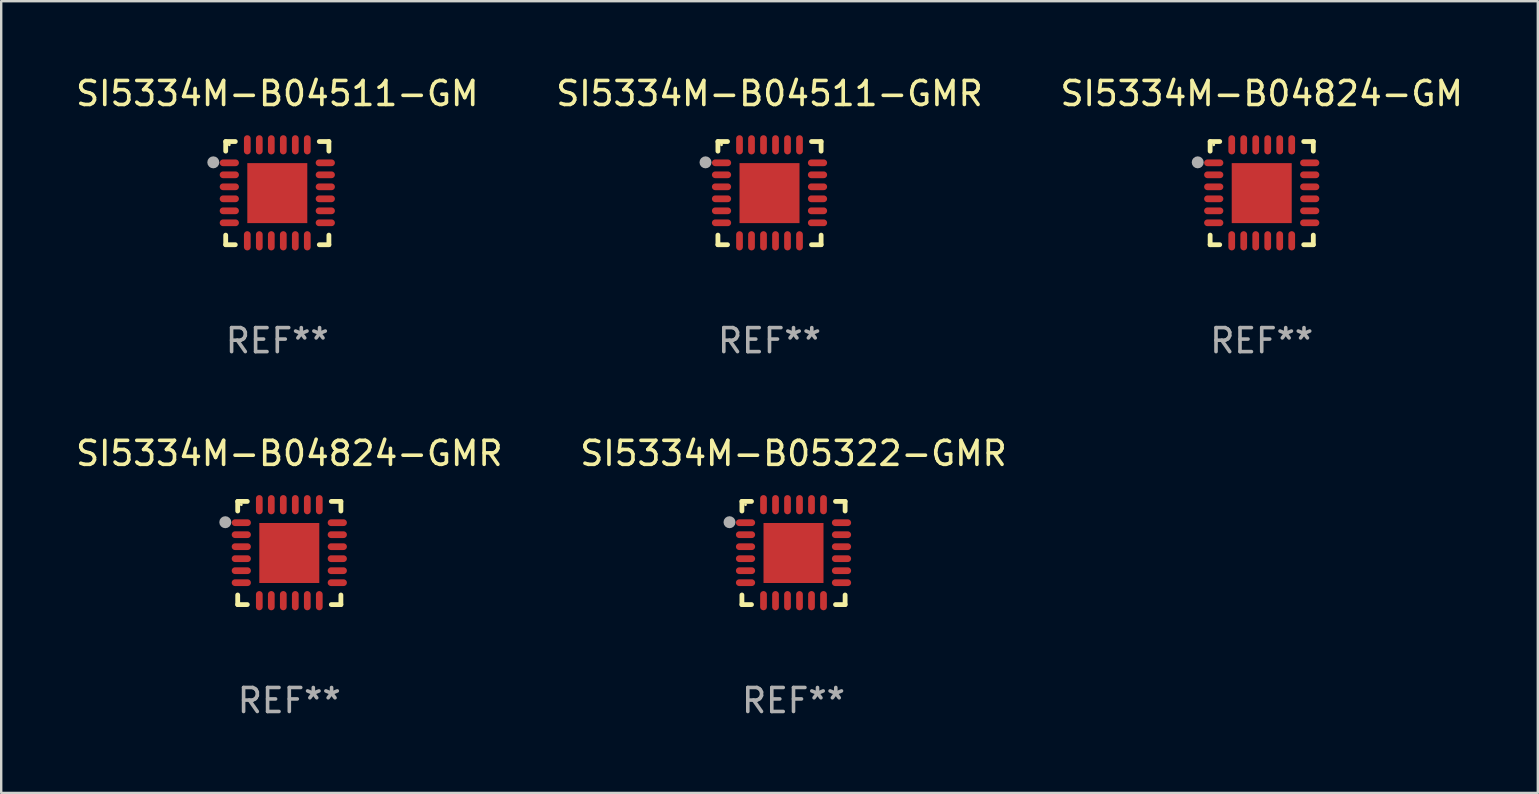
<source format=kicad_pcb>
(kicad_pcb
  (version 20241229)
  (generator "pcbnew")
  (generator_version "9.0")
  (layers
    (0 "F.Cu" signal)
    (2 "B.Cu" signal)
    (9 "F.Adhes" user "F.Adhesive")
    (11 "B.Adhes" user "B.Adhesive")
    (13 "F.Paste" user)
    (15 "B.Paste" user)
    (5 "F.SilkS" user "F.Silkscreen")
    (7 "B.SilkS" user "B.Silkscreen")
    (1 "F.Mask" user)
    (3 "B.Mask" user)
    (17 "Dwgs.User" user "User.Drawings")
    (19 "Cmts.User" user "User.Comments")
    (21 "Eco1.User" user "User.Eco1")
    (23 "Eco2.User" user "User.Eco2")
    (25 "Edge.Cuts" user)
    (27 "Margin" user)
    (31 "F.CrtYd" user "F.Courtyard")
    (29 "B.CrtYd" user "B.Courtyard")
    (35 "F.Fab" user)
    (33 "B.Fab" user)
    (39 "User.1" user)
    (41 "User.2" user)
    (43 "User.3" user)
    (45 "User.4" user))
  (footprint "SI5334M-B04824-GM"
    (layer "F.Cu")
    (at 49.53 4.998)
    (property "Reference" "SI5334M-B04824-GM" (at 0 -4.15 0) (layer "F.SilkS") (effects (font (size 1 1) (thickness 0.15))))
    (attr through_hole)
    (fp_line (start -2.15 -2.15) (end -1.75 -2.15) (stroke (width 0.2) (type solid)) (layer "F.SilkS"))
    (fp_line (start -2.15 -1.75) (end -2.15 -2.15) (stroke (width 0.2) (type solid)) (layer "F.SilkS"))
    (fp_line (start -2.15 2.15) (end -2.15 1.75) (stroke (width 0.2) (type solid)) (layer "F.SilkS"))
    (fp_line (start -1.75 2.15) (end -2.15 2.15) (stroke (width 0.2) (type solid)) (layer "F.SilkS"))
    (fp_line (start 1.75 -2.15) (end 2.15 -2.15) (stroke (width 0.2) (type solid)) (layer "F.SilkS"))
    (fp_line (start 1.75 2.15) (end 2.15 2.15) (stroke (width 0.2) (type solid)) (layer "F.SilkS"))
    (fp_line (start 2.15 -2.15) (end 2.15 -1.75) (stroke (width 0.2) (type solid)) (layer "F.SilkS"))
    (fp_line (start 2.15 2.15) (end 2.15 1.75) (stroke (width 0.2) (type solid)) (layer "F.SilkS"))
    (fp_circle (center -2 -2.013) (end -1.97 -2.013) (stroke (width 0.06) (type solid)) (fill no) (layer "F.SilkS"))
    (fp_circle (center -2.667 -1.283) (end -2.542 -1.283) (stroke (width 0.25) (type solid)) (fill no) (layer "F.Fab"))
    (fp_text user "REF**" (at 0 6.15 0) (layer "F.Fab") (effects (font (size 1 1) (thickness 0.15))))
    (pad "1" smd oval (at -2 -1.263) (size 0.8 0.28) (layers "F.Cu" "F.Mask" "F.Paste"))
    (pad "2" smd oval (at -2 -0.763) (size 0.8 0.28) (layers "F.Cu" "F.Mask" "F.Paste"))
    (pad "3" smd oval (at -2 -0.263) (size 0.8 0.28) (layers "F.Cu" "F.Mask" "F.Paste"))
    (pad "4" smd oval (at -2 0.237) (size 0.8 0.28) (layers "F.Cu" "F.Mask" "F.Paste"))
    (pad "5" smd oval (at -2 0.737) (size 0.8 0.28) (layers "F.Cu" "F.Mask" "F.Paste"))
    (pad "6" smd oval (at -2 1.237) (size 0.8 0.28) (layers "F.Cu" "F.Mask" "F.Paste"))
    (pad "7" smd oval (at -1.25 1.987) (size 0.28 0.8) (layers "F.Cu" "F.Mask" "F.Paste"))
    (pad "8" smd oval (at -0.75 1.987) (size 0.28 0.8) (layers "F.Cu" "F.Mask" "F.Paste"))
    (pad "9" smd oval (at -0.25 1.987) (size 0.28 0.8) (layers "F.Cu" "F.Mask" "F.Paste"))
    (pad "10" smd oval (at 0.25 1.987) (size 0.28 0.8) (layers "F.Cu" "F.Mask" "F.Paste"))
    (pad "11" smd oval (at 0.75 1.987) (size 0.28 0.8) (layers "F.Cu" "F.Mask" "F.Paste"))
    (pad "12" smd oval (at 1.25 1.987) (size 0.28 0.8) (layers "F.Cu" "F.Mask" "F.Paste"))
    (pad "13" smd oval (at 2 1.237) (size 0.8 0.28) (layers "F.Cu" "F.Mask" "F.Paste"))
    (pad "14" smd oval (at 2 0.737) (size 0.8 0.28) (layers "F.Cu" "F.Mask" "F.Paste"))
    (pad "15" smd oval (at 2 0.237) (size 0.8 0.28) (layers "F.Cu" "F.Mask" "F.Paste"))
    (pad "16" smd oval (at 2 -0.263) (size 0.8 0.28) (layers "F.Cu" "F.Mask" "F.Paste"))
    (pad "17" smd oval (at 2 -0.763) (size 0.8 0.28) (layers "F.Cu" "F.Mask" "F.Paste"))
    (pad "18" smd oval (at 2 -1.263) (size 0.8 0.28) (layers "F.Cu" "F.Mask" "F.Paste"))
    (pad "19" smd oval (at 1.25 -2.013) (size 0.28 0.8) (layers "F.Cu" "F.Mask" "F.Paste"))
    (pad "20" smd oval (at 0.75 -2.013) (size 0.28 0.8) (layers "F.Cu" "F.Mask" "F.Paste"))
    (pad "21" smd oval (at 0.25 -2.013) (size 0.28 0.8) (layers "F.Cu" "F.Mask" "F.Paste"))
    (pad "22" smd oval (at -0.25 -2.013) (size 0.28 0.8) (layers "F.Cu" "F.Mask" "F.Paste"))
    (pad "23" smd oval (at -0.75 -2.013) (size 0.28 0.8) (layers "F.Cu" "F.Mask" "F.Paste"))
    (pad "24" smd oval (at -1.25 -2.013) (size 0.28 0.8) (layers "F.Cu" "F.Mask" "F.Paste"))
    (pad "25" smd rect (at -0.000127 -0.00014) (size 2.5 2.5) (layers "F.Cu" "F.Mask" "F.Paste")))
  (footprint "SI5334M-B04511-GMR"
    (layer "F.Cu")
    (at 29.018 4.998)
    (property "Reference" "SI5334M-B04511-GMR" (at 0 -4.15 0) (layer "F.SilkS") (effects (font (size 1 1) (thickness 0.15))))
    (attr through_hole)
    (fp_line (start -2.15 -2.15) (end -1.75 -2.15) (stroke (width 0.2) (type solid)) (layer "F.SilkS"))
    (fp_line (start -2.15 -1.75) (end -2.15 -2.15) (stroke (width 0.2) (type solid)) (layer "F.SilkS"))
    (fp_line (start -2.15 2.15) (end -2.15 1.75) (stroke (width 0.2) (type solid)) (layer "F.SilkS"))
    (fp_line (start -1.75 2.15) (end -2.15 2.15) (stroke (width 0.2) (type solid)) (layer "F.SilkS"))
    (fp_line (start 1.75 -2.15) (end 2.15 -2.15) (stroke (width 0.2) (type solid)) (layer "F.SilkS"))
    (fp_line (start 1.75 2.15) (end 2.15 2.15) (stroke (width 0.2) (type solid)) (layer "F.SilkS"))
    (fp_line (start 2.15 -2.15) (end 2.15 -1.75) (stroke (width 0.2) (type solid)) (layer "F.SilkS"))
    (fp_line (start 2.15 2.15) (end 2.15 1.75) (stroke (width 0.2) (type solid)) (layer "F.SilkS"))
    (fp_circle (center -2 -2.013) (end -1.97 -2.013) (stroke (width 0.06) (type solid)) (fill no) (layer "F.SilkS"))
    (fp_circle (center -2.667 -1.283) (end -2.542 -1.283) (stroke (width 0.25) (type solid)) (fill no) (layer "F.Fab"))
    (fp_text user "REF**" (at 0 6.15 0) (layer "F.Fab") (effects (font (size 1 1) (thickness 0.15))))
    (pad "1" smd oval (at -2 -1.263) (size 0.8 0.28) (layers "F.Cu" "F.Mask" "F.Paste"))
    (pad "2" smd oval (at -2 -0.763) (size 0.8 0.28) (layers "F.Cu" "F.Mask" "F.Paste"))
    (pad "3" smd oval (at -2 -0.263) (size 0.8 0.28) (layers "F.Cu" "F.Mask" "F.Paste"))
    (pad "4" smd oval (at -2 0.237) (size 0.8 0.28) (layers "F.Cu" "F.Mask" "F.Paste"))
    (pad "5" smd oval (at -2 0.737) (size 0.8 0.28) (layers "F.Cu" "F.Mask" "F.Paste"))
    (pad "6" smd oval (at -2 1.237) (size 0.8 0.28) (layers "F.Cu" "F.Mask" "F.Paste"))
    (pad "7" smd oval (at -1.25 1.987) (size 0.28 0.8) (layers "F.Cu" "F.Mask" "F.Paste"))
    (pad "8" smd oval (at -0.75 1.987) (size 0.28 0.8) (layers "F.Cu" "F.Mask" "F.Paste"))
    (pad "9" smd oval (at -0.25 1.987) (size 0.28 0.8) (layers "F.Cu" "F.Mask" "F.Paste"))
    (pad "10" smd oval (at 0.25 1.987) (size 0.28 0.8) (layers "F.Cu" "F.Mask" "F.Paste"))
    (pad "11" smd oval (at 0.75 1.987) (size 0.28 0.8) (layers "F.Cu" "F.Mask" "F.Paste"))
    (pad "12" smd oval (at 1.25 1.987) (size 0.28 0.8) (layers "F.Cu" "F.Mask" "F.Paste"))
    (pad "13" smd oval (at 2 1.237) (size 0.8 0.28) (layers "F.Cu" "F.Mask" "F.Paste"))
    (pad "14" smd oval (at 2 0.737) (size 0.8 0.28) (layers "F.Cu" "F.Mask" "F.Paste"))
    (pad "15" smd oval (at 2 0.237) (size 0.8 0.28) (layers "F.Cu" "F.Mask" "F.Paste"))
    (pad "16" smd oval (at 2 -0.263) (size 0.8 0.28) (layers "F.Cu" "F.Mask" "F.Paste"))
    (pad "17" smd oval (at 2 -0.763) (size 0.8 0.28) (layers "F.Cu" "F.Mask" "F.Paste"))
    (pad "18" smd oval (at 2 -1.263) (size 0.8 0.28) (layers "F.Cu" "F.Mask" "F.Paste"))
    (pad "19" smd oval (at 1.25 -2.013) (size 0.28 0.8) (layers "F.Cu" "F.Mask" "F.Paste"))
    (pad "20" smd oval (at 0.75 -2.013) (size 0.28 0.8) (layers "F.Cu" "F.Mask" "F.Paste"))
    (pad "21" smd oval (at 0.25 -2.013) (size 0.28 0.8) (layers "F.Cu" "F.Mask" "F.Paste"))
    (pad "22" smd oval (at -0.25 -2.013) (size 0.28 0.8) (layers "F.Cu" "F.Mask" "F.Paste"))
    (pad "23" smd oval (at -0.75 -2.013) (size 0.28 0.8) (layers "F.Cu" "F.Mask" "F.Paste"))
    (pad "24" smd oval (at -1.25 -2.013) (size 0.28 0.8) (layers "F.Cu" "F.Mask" "F.Paste"))
    (pad "25" smd rect (at -0.000127 -0.00014) (size 2.5 2.5) (layers "F.Cu" "F.Mask" "F.Paste")))
  (footprint "SI5334M-B04824-GMR"
    (layer "F.Cu")
    (at 9.006 19.995)
    (property "Reference" "SI5334M-B04824-GMR" (at 0 -4.15 0) (layer "F.SilkS") (effects (font (size 1 1) (thickness 0.15))))
    (attr through_hole)
    (fp_line (start -2.15 -2.15) (end -1.75 -2.15) (stroke (width 0.2) (type solid)) (layer "F.SilkS"))
    (fp_line (start -2.15 -1.75) (end -2.15 -2.15) (stroke (width 0.2) (type solid)) (layer "F.SilkS"))
    (fp_line (start -2.15 2.15) (end -2.15 1.75) (stroke (width 0.2) (type solid)) (layer "F.SilkS"))
    (fp_line (start -1.75 2.15) (end -2.15 2.15) (stroke (width 0.2) (type solid)) (layer "F.SilkS"))
    (fp_line (start 1.75 -2.15) (end 2.15 -2.15) (stroke (width 0.2) (type solid)) (layer "F.SilkS"))
    (fp_line (start 1.75 2.15) (end 2.15 2.15) (stroke (width 0.2) (type solid)) (layer "F.SilkS"))
    (fp_line (start 2.15 -2.15) (end 2.15 -1.75) (stroke (width 0.2) (type solid)) (layer "F.SilkS"))
    (fp_line (start 2.15 2.15) (end 2.15 1.75) (stroke (width 0.2) (type solid)) (layer "F.SilkS"))
    (fp_circle (center -2 -2.013) (end -1.97 -2.013) (stroke (width 0.06) (type solid)) (fill no) (layer "F.SilkS"))
    (fp_circle (center -2.667 -1.283) (end -2.542 -1.283) (stroke (width 0.25) (type solid)) (fill no) (layer "F.Fab"))
    (fp_text user "REF**" (at 0 6.15 0) (layer "F.Fab") (effects (font (size 1 1) (thickness 0.15))))
    (pad "1" smd oval (at -2 -1.263) (size 0.8 0.28) (layers "F.Cu" "F.Mask" "F.Paste"))
    (pad "2" smd oval (at -2 -0.763) (size 0.8 0.28) (layers "F.Cu" "F.Mask" "F.Paste"))
    (pad "3" smd oval (at -2 -0.263) (size 0.8 0.28) (layers "F.Cu" "F.Mask" "F.Paste"))
    (pad "4" smd oval (at -2 0.237) (size 0.8 0.28) (layers "F.Cu" "F.Mask" "F.Paste"))
    (pad "5" smd oval (at -2 0.737) (size 0.8 0.28) (layers "F.Cu" "F.Mask" "F.Paste"))
    (pad "6" smd oval (at -2 1.237) (size 0.8 0.28) (layers "F.Cu" "F.Mask" "F.Paste"))
    (pad "7" smd oval (at -1.25 1.987) (size 0.28 0.8) (layers "F.Cu" "F.Mask" "F.Paste"))
    (pad "8" smd oval (at -0.75 1.987) (size 0.28 0.8) (layers "F.Cu" "F.Mask" "F.Paste"))
    (pad "9" smd oval (at -0.25 1.987) (size 0.28 0.8) (layers "F.Cu" "F.Mask" "F.Paste"))
    (pad "10" smd oval (at 0.25 1.987) (size 0.28 0.8) (layers "F.Cu" "F.Mask" "F.Paste"))
    (pad "11" smd oval (at 0.75 1.987) (size 0.28 0.8) (layers "F.Cu" "F.Mask" "F.Paste"))
    (pad "12" smd oval (at 1.25 1.987) (size 0.28 0.8) (layers "F.Cu" "F.Mask" "F.Paste"))
    (pad "13" smd oval (at 2 1.237) (size 0.8 0.28) (layers "F.Cu" "F.Mask" "F.Paste"))
    (pad "14" smd oval (at 2 0.737) (size 0.8 0.28) (layers "F.Cu" "F.Mask" "F.Paste"))
    (pad "15" smd oval (at 2 0.237) (size 0.8 0.28) (layers "F.Cu" "F.Mask" "F.Paste"))
    (pad "16" smd oval (at 2 -0.263) (size 0.8 0.28) (layers "F.Cu" "F.Mask" "F.Paste"))
    (pad "17" smd oval (at 2 -0.763) (size 0.8 0.28) (layers "F.Cu" "F.Mask" "F.Paste"))
    (pad "18" smd oval (at 2 -1.263) (size 0.8 0.28) (layers "F.Cu" "F.Mask" "F.Paste"))
    (pad "19" smd oval (at 1.25 -2.013) (size 0.28 0.8) (layers "F.Cu" "F.Mask" "F.Paste"))
    (pad "20" smd oval (at 0.75 -2.013) (size 0.28 0.8) (layers "F.Cu" "F.Mask" "F.Paste"))
    (pad "21" smd oval (at 0.25 -2.013) (size 0.28 0.8) (layers "F.Cu" "F.Mask" "F.Paste"))
    (pad "22" smd oval (at -0.25 -2.013) (size 0.28 0.8) (layers "F.Cu" "F.Mask" "F.Paste"))
    (pad "23" smd oval (at -0.75 -2.013) (size 0.28 0.8) (layers "F.Cu" "F.Mask" "F.Paste"))
    (pad "24" smd oval (at -1.25 -2.013) (size 0.28 0.8) (layers "F.Cu" "F.Mask" "F.Paste"))
    (pad "25" smd rect (at -0.000127 -0.00014) (size 2.5 2.5) (layers "F.Cu" "F.Mask" "F.Paste")))
  (footprint "SI5334M-B05322-GMR"
    (layer "F.Cu")
    (at 30.018 19.995)
    (property "Reference" "SI5334M-B05322-GMR" (at 0 -4.15 0) (layer "F.SilkS") (effects (font (size 1 1) (thickness 0.15))))
    (attr through_hole)
    (fp_line (start -2.15 -2.15) (end -1.75 -2.15) (stroke (width 0.2) (type solid)) (layer "F.SilkS"))
    (fp_line (start -2.15 -1.75) (end -2.15 -2.15) (stroke (width 0.2) (type solid)) (layer "F.SilkS"))
    (fp_line (start -2.15 2.15) (end -2.15 1.75) (stroke (width 0.2) (type solid)) (layer "F.SilkS"))
    (fp_line (start -1.75 2.15) (end -2.15 2.15) (stroke (width 0.2) (type solid)) (layer "F.SilkS"))
    (fp_line (start 1.75 -2.15) (end 2.15 -2.15) (stroke (width 0.2) (type solid)) (layer "F.SilkS"))
    (fp_line (start 1.75 2.15) (end 2.15 2.15) (stroke (width 0.2) (type solid)) (layer "F.SilkS"))
    (fp_line (start 2.15 -2.15) (end 2.15 -1.75) (stroke (width 0.2) (type solid)) (layer "F.SilkS"))
    (fp_line (start 2.15 2.15) (end 2.15 1.75) (stroke (width 0.2) (type solid)) (layer "F.SilkS"))
    (fp_circle (center -2 -2.013) (end -1.97 -2.013) (stroke (width 0.06) (type solid)) (fill no) (layer "F.SilkS"))
    (fp_circle (center -2.667 -1.283) (end -2.542 -1.283) (stroke (width 0.25) (type solid)) (fill no) (layer "F.Fab"))
    (fp_text user "REF**" (at 0 6.15 0) (layer "F.Fab") (effects (font (size 1 1) (thickness 0.15))))
    (pad "1" smd oval (at -2 -1.263) (size 0.8 0.28) (layers "F.Cu" "F.Mask" "F.Paste"))
    (pad "2" smd oval (at -2 -0.763) (size 0.8 0.28) (layers "F.Cu" "F.Mask" "F.Paste"))
    (pad "3" smd oval (at -2 -0.263) (size 0.8 0.28) (layers "F.Cu" "F.Mask" "F.Paste"))
    (pad "4" smd oval (at -2 0.237) (size 0.8 0.28) (layers "F.Cu" "F.Mask" "F.Paste"))
    (pad "5" smd oval (at -2 0.737) (size 0.8 0.28) (layers "F.Cu" "F.Mask" "F.Paste"))
    (pad "6" smd oval (at -2 1.237) (size 0.8 0.28) (layers "F.Cu" "F.Mask" "F.Paste"))
    (pad "7" smd oval (at -1.25 1.987) (size 0.28 0.8) (layers "F.Cu" "F.Mask" "F.Paste"))
    (pad "8" smd oval (at -0.75 1.987) (size 0.28 0.8) (layers "F.Cu" "F.Mask" "F.Paste"))
    (pad "9" smd oval (at -0.25 1.987) (size 0.28 0.8) (layers "F.Cu" "F.Mask" "F.Paste"))
    (pad "10" smd oval (at 0.25 1.987) (size 0.28 0.8) (layers "F.Cu" "F.Mask" "F.Paste"))
    (pad "11" smd oval (at 0.75 1.987) (size 0.28 0.8) (layers "F.Cu" "F.Mask" "F.Paste"))
    (pad "12" smd oval (at 1.25 1.987) (size 0.28 0.8) (layers "F.Cu" "F.Mask" "F.Paste"))
    (pad "13" smd oval (at 2 1.237) (size 0.8 0.28) (layers "F.Cu" "F.Mask" "F.Paste"))
    (pad "14" smd oval (at 2 0.737) (size 0.8 0.28) (layers "F.Cu" "F.Mask" "F.Paste"))
    (pad "15" smd oval (at 2 0.237) (size 0.8 0.28) (layers "F.Cu" "F.Mask" "F.Paste"))
    (pad "16" smd oval (at 2 -0.263) (size 0.8 0.28) (layers "F.Cu" "F.Mask" "F.Paste"))
    (pad "17" smd oval (at 2 -0.763) (size 0.8 0.28) (layers "F.Cu" "F.Mask" "F.Paste"))
    (pad "18" smd oval (at 2 -1.263) (size 0.8 0.28) (layers "F.Cu" "F.Mask" "F.Paste"))
    (pad "19" smd oval (at 1.25 -2.013) (size 0.28 0.8) (layers "F.Cu" "F.Mask" "F.Paste"))
    (pad "20" smd oval (at 0.75 -2.013) (size 0.28 0.8) (layers "F.Cu" "F.Mask" "F.Paste"))
    (pad "21" smd oval (at 0.25 -2.013) (size 0.28 0.8) (layers "F.Cu" "F.Mask" "F.Paste"))
    (pad "22" smd oval (at -0.25 -2.013) (size 0.28 0.8) (layers "F.Cu" "F.Mask" "F.Paste"))
    (pad "23" smd oval (at -0.75 -2.013) (size 0.28 0.8) (layers "F.Cu" "F.Mask" "F.Paste"))
    (pad "24" smd oval (at -1.25 -2.013) (size 0.28 0.8) (layers "F.Cu" "F.Mask" "F.Paste"))
    (pad "25" smd rect (at -0.000127 -0.00014) (size 2.5 2.5) (layers "F.Cu" "F.Mask" "F.Paste")))
  (footprint "SI5334M-B04511-GM"
    (layer "F.Cu")
    (at 8.506 4.998)
    (property "Reference" "SI5334M-B04511-GM" (at 0 -4.15 0) (layer "F.SilkS") (effects (font (size 1 1) (thickness 0.15))))
    (attr through_hole)
    (fp_line (start -2.15 -2.15) (end -1.75 -2.15) (stroke (width 0.2) (type solid)) (layer "F.SilkS"))
    (fp_line (start -2.15 -1.75) (end -2.15 -2.15) (stroke (width 0.2) (type solid)) (layer "F.SilkS"))
    (fp_line (start -2.15 2.15) (end -2.15 1.75) (stroke (width 0.2) (type solid)) (layer "F.SilkS"))
    (fp_line (start -1.75 2.15) (end -2.15 2.15) (stroke (width 0.2) (type solid)) (layer "F.SilkS"))
    (fp_line (start 1.75 -2.15) (end 2.15 -2.15) (stroke (width 0.2) (type solid)) (layer "F.SilkS"))
    (fp_line (start 1.75 2.15) (end 2.15 2.15) (stroke (width 0.2) (type solid)) (layer "F.SilkS"))
    (fp_line (start 2.15 -2.15) (end 2.15 -1.75) (stroke (width 0.2) (type solid)) (layer "F.SilkS"))
    (fp_line (start 2.15 2.15) (end 2.15 1.75) (stroke (width 0.2) (type solid)) (layer "F.SilkS"))
    (fp_circle (center -2 -2.013) (end -1.97 -2.013) (stroke (width 0.06) (type solid)) (fill no) (layer "F.SilkS"))
    (fp_circle (center -2.667 -1.283) (end -2.542 -1.283) (stroke (width 0.25) (type solid)) (fill no) (layer "F.Fab"))
    (fp_text user "REF**" (at 0 6.15 0) (layer "F.Fab") (effects (font (size 1 1) (thickness 0.15))))
    (pad "1" smd oval (at -2 -1.263) (size 0.8 0.28) (layers "F.Cu" "F.Mask" "F.Paste"))
    (pad "2" smd oval (at -2 -0.763) (size 0.8 0.28) (layers "F.Cu" "F.Mask" "F.Paste"))
    (pad "3" smd oval (at -2 -0.263) (size 0.8 0.28) (layers "F.Cu" "F.Mask" "F.Paste"))
    (pad "4" smd oval (at -2 0.237) (size 0.8 0.28) (layers "F.Cu" "F.Mask" "F.Paste"))
    (pad "5" smd oval (at -2 0.737) (size 0.8 0.28) (layers "F.Cu" "F.Mask" "F.Paste"))
    (pad "6" smd oval (at -2 1.237) (size 0.8 0.28) (layers "F.Cu" "F.Mask" "F.Paste"))
    (pad "7" smd oval (at -1.25 1.987) (size 0.28 0.8) (layers "F.Cu" "F.Mask" "F.Paste"))
    (pad "8" smd oval (at -0.75 1.987) (size 0.28 0.8) (layers "F.Cu" "F.Mask" "F.Paste"))
    (pad "9" smd oval (at -0.25 1.987) (size 0.28 0.8) (layers "F.Cu" "F.Mask" "F.Paste"))
    (pad "10" smd oval (at 0.25 1.987) (size 0.28 0.8) (layers "F.Cu" "F.Mask" "F.Paste"))
    (pad "11" smd oval (at 0.75 1.987) (size 0.28 0.8) (layers "F.Cu" "F.Mask" "F.Paste"))
    (pad "12" smd oval (at 1.25 1.987) (size 0.28 0.8) (layers "F.Cu" "F.Mask" "F.Paste"))
    (pad "13" smd oval (at 2 1.237) (size 0.8 0.28) (layers "F.Cu" "F.Mask" "F.Paste"))
    (pad "14" smd oval (at 2 0.737) (size 0.8 0.28) (layers "F.Cu" "F.Mask" "F.Paste"))
    (pad "15" smd oval (at 2 0.237) (size 0.8 0.28) (layers "F.Cu" "F.Mask" "F.Paste"))
    (pad "16" smd oval (at 2 -0.263) (size 0.8 0.28) (layers "F.Cu" "F.Mask" "F.Paste"))
    (pad "17" smd oval (at 2 -0.763) (size 0.8 0.28) (layers "F.Cu" "F.Mask" "F.Paste"))
    (pad "18" smd oval (at 2 -1.263) (size 0.8 0.28) (layers "F.Cu" "F.Mask" "F.Paste"))
    (pad "19" smd oval (at 1.25 -2.013) (size 0.28 0.8) (layers "F.Cu" "F.Mask" "F.Paste"))
    (pad "20" smd oval (at 0.75 -2.013) (size 0.28 0.8) (layers "F.Cu" "F.Mask" "F.Paste"))
    (pad "21" smd oval (at 0.25 -2.013) (size 0.28 0.8) (layers "F.Cu" "F.Mask" "F.Paste"))
    (pad "22" smd oval (at -0.25 -2.013) (size 0.28 0.8) (layers "F.Cu" "F.Mask" "F.Paste"))
    (pad "23" smd oval (at -0.75 -2.013) (size 0.28 0.8) (layers "F.Cu" "F.Mask" "F.Paste"))
    (pad "24" smd oval (at -1.25 -2.013) (size 0.28 0.8) (layers "F.Cu" "F.Mask" "F.Paste"))
    (pad "25" smd rect (at -0.000127 -0.00014) (size 2.5 2.5) (layers "F.Cu" "F.Mask" "F.Paste")))
  (gr_rect
    (start -3 -3)
    (end 61.036 29.993)
    (stroke (width 0.1) (type default))
    (fill no)
    (layer "Edge.Cuts")))
</source>
